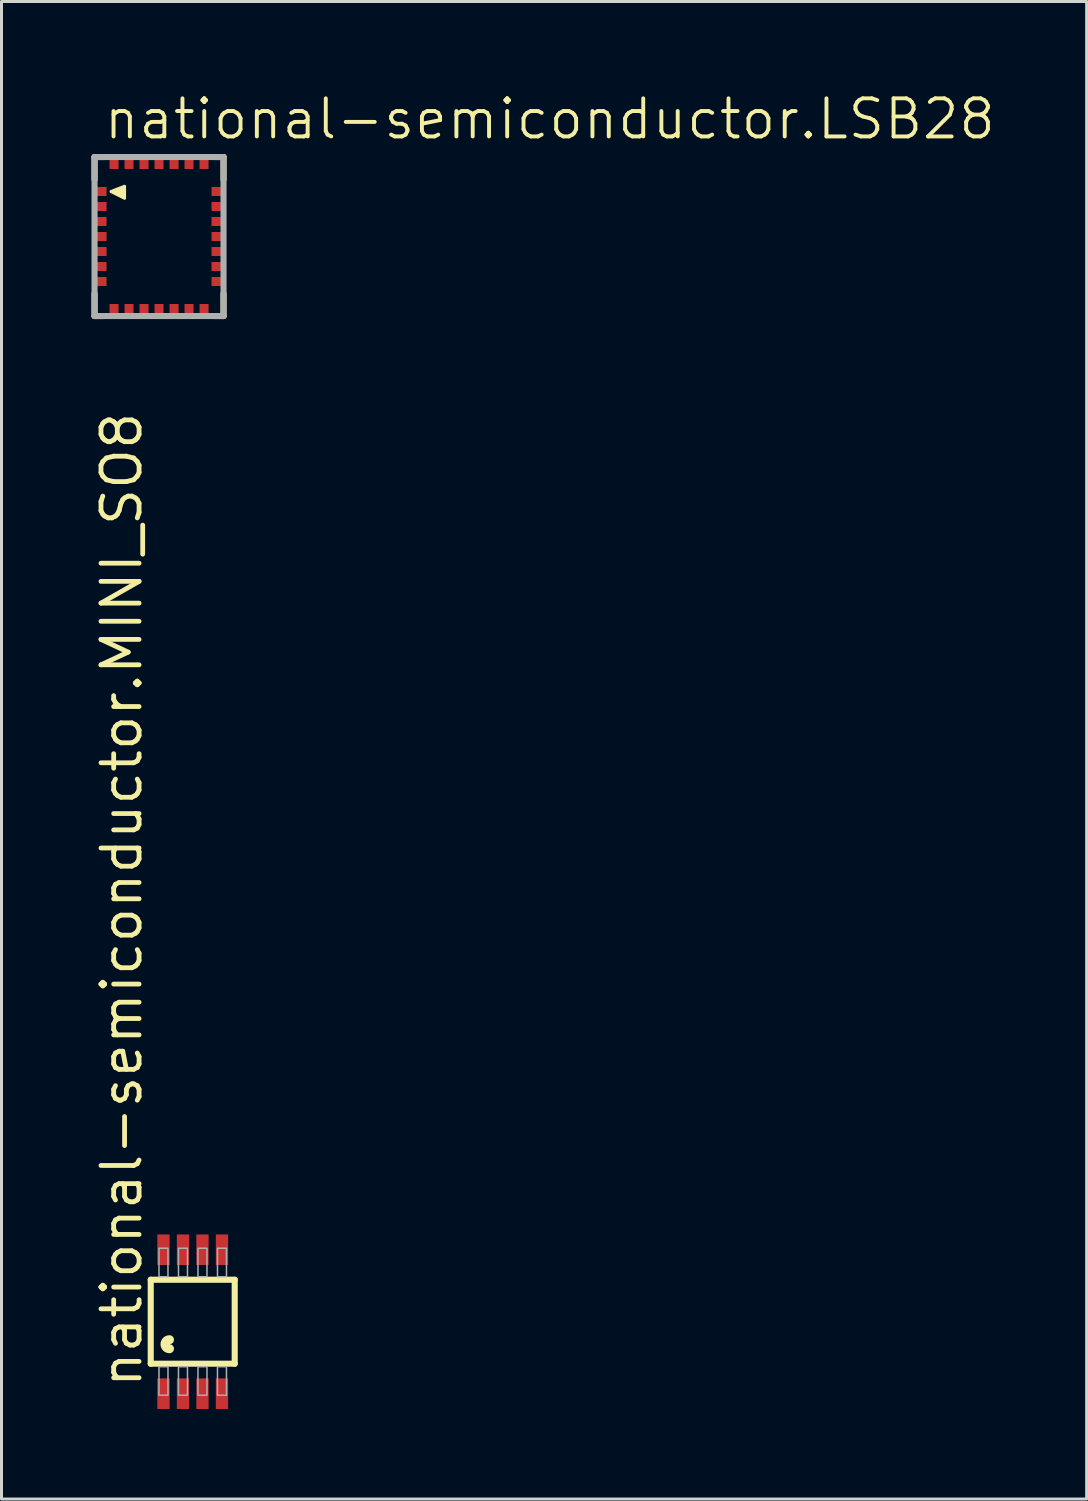
<source format=kicad_pcb>
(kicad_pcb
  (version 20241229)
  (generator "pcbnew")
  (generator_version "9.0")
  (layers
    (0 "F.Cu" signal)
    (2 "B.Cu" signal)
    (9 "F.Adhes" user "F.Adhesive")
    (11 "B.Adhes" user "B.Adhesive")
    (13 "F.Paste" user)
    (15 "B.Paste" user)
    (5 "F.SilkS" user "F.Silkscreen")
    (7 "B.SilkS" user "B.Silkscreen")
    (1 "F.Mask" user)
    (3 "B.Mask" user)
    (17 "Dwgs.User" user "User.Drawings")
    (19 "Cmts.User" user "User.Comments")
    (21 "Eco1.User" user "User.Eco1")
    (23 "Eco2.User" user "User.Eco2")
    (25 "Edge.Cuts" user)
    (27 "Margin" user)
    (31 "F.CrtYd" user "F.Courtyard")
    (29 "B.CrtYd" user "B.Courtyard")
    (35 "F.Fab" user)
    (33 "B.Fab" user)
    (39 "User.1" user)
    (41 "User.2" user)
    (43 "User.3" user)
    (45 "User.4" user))
  (footprint "national-semiconductor.MINI_SO8"
    (layer "F.Cu")
    (at 3.375 41.013)
    (property "Reference" "national-semiconductor.MINI_SO8" (at -1.625 2.275 90) (layer "F.SilkS") (effects (font (size 1.27 1.27) (thickness 0.16)) (justify left bottom)))
    (attr smd)
    (fp_line (start -1.4 -1.4) (end 1.4 -1.4) (stroke (width 0.203) (type default)) (layer "F.SilkS"))
    (fp_line (start -1.4 1.4) (end -1.4 -1.4) (stroke (width 0.203) (type default)) (layer "F.SilkS"))
    (fp_line (start 1.4 -1.4) (end 1.4 1.4) (stroke (width 0.203) (type default)) (layer "F.SilkS"))
    (fp_line (start 1.4 1.4) (end -1.4 1.4) (stroke (width 0.203) (type default)) (layer "F.SilkS"))
    (fp_arc (start -0.775 0.9) (mid -0.925 0.75) (end -0.775 0.6) (stroke (width 0.3) (type default)) (layer "F.SilkS"))
    (fp_rect (start -1.125 -1.5) (end -0.825 -2.45) (stroke (width 0.05) (type default)) (fill no) (layer "F.Fab"))
    (fp_rect (start -1.125 2.45) (end -0.825 1.5) (stroke (width 0.05) (type default)) (fill no) (layer "F.Fab"))
    (fp_rect (start -0.475 -1.5) (end -0.175 -2.45) (stroke (width 0.05) (type default)) (fill no) (layer "F.Fab"))
    (fp_rect (start -0.475 2.45) (end -0.175 1.5) (stroke (width 0.05) (type default)) (fill no) (layer "F.Fab"))
    (fp_rect (start 0.175 -1.5) (end 0.475 -2.45) (stroke (width 0.05) (type default)) (fill no) (layer "F.Fab"))
    (fp_rect (start 0.175 2.45) (end 0.475 1.5) (stroke (width 0.05) (type default)) (fill no) (layer "F.Fab"))
    (fp_rect (start 0.825 -1.5) (end 1.125 -2.45) (stroke (width 0.05) (type default)) (fill no) (layer "F.Fab"))
    (fp_rect (start 0.825 2.45) (end 1.125 1.5) (stroke (width 0.05) (type default)) (fill no) (layer "F.Fab"))
    (pad "1" smd roundrect (at -0.975 2.4) (size 0.41 1.02) (layers "F.Cu" "F.Mask" "F.Paste") (roundrect_rratio 0.01))
    (pad "2" smd roundrect (at -0.325 2.4) (size 0.41 1.02) (layers "F.Cu" "F.Mask" "F.Paste") (roundrect_rratio 0.01))
    (pad "3" smd roundrect (at 0.325 2.4) (size 0.41 1.02) (layers "F.Cu" "F.Mask" "F.Paste") (roundrect_rratio 0.01))
    (pad "4" smd roundrect (at 0.975 2.4) (size 0.41 1.02) (layers "F.Cu" "F.Mask" "F.Paste") (roundrect_rratio 0.01))
    (pad "5" smd roundrect (at 0.975 -2.4 180) (size 0.41 1.02) (layers "F.Cu" "F.Mask" "F.Paste") (roundrect_rratio 0.01))
    (pad "6" smd roundrect (at 0.325 -2.4 180) (size 0.41 1.02) (layers "F.Cu" "F.Mask" "F.Paste") (roundrect_rratio 0.01))
    (pad "7" smd roundrect (at -0.325 -2.4 180) (size 0.41 1.02) (layers "F.Cu" "F.Mask" "F.Paste") (roundrect_rratio 0.01))
    (pad "8" smd roundrect (at -0.975 -2.4 180) (size 0.41 1.02) (layers "F.Cu" "F.Mask" "F.Paste") (roundrect_rratio 0.01)))
  (footprint "national-semiconductor.LSB28"
    (layer "F.Cu")
    (at 2.252 4.835)
    (property "Reference" "national-semiconductor.LSB28" (at -1.905 -3.175 0) (layer "F.SilkS") (effects (font (size 1.27 1.27) (thickness 0.13)) (justify left bottom)))
    (attr smd)
    (fp_rect (start -2.225 -1.325) (end -1.725 -1.675) (stroke (width 0.05) (type default)) (fill yes) (layer "F.Mask"))
    (fp_rect (start -2.225 -0.825) (end -1.725 -1.175) (stroke (width 0.05) (type default)) (fill yes) (layer "F.Mask"))
    (fp_rect (start -2.225 -0.325) (end -1.725 -0.675) (stroke (width 0.05) (type default)) (fill yes) (layer "F.Mask"))
    (fp_rect (start -2.225 0.175) (end -1.725 -0.175) (stroke (width 0.05) (type default)) (fill yes) (layer "F.Mask"))
    (fp_rect (start -2.225 0.675) (end -1.725 0.325) (stroke (width 0.05) (type default)) (fill yes) (layer "F.Mask"))
    (fp_rect (start -2.225 1.175) (end -1.725 0.825) (stroke (width 0.05) (type default)) (fill yes) (layer "F.Mask"))
    (fp_rect (start -2.225 1.675) (end -1.725 1.325) (stroke (width 0.05) (type default)) (fill yes) (layer "F.Mask"))
    (fp_rect (start -1.675 -2.225) (end -1.325 -2.725) (stroke (width 0.05) (type default)) (fill yes) (layer "F.Mask"))
    (fp_rect (start -1.675 2.725) (end -1.325 2.225) (stroke (width 0.05) (type default)) (fill yes) (layer "F.Mask"))
    (fp_rect (start -1.175 -2.225) (end -0.825 -2.725) (stroke (width 0.05) (type default)) (fill yes) (layer "F.Mask"))
    (fp_rect (start -1.175 2.725) (end -0.825 2.225) (stroke (width 0.05) (type default)) (fill yes) (layer "F.Mask"))
    (fp_rect (start -0.675 -2.225) (end -0.325 -2.725) (stroke (width 0.05) (type default)) (fill yes) (layer "F.Mask"))
    (fp_rect (start -0.675 2.725) (end -0.325 2.225) (stroke (width 0.05) (type default)) (fill yes) (layer "F.Mask"))
    (fp_rect (start -0.175 -2.225) (end 0.175 -2.725) (stroke (width 0.05) (type default)) (fill yes) (layer "F.Mask"))
    (fp_rect (start -0.175 2.725) (end 0.175 2.225) (stroke (width 0.05) (type default)) (fill yes) (layer "F.Mask"))
    (fp_rect (start 0.325 -2.225) (end 0.675 -2.725) (stroke (width 0.05) (type default)) (fill yes) (layer "F.Mask"))
    (fp_rect (start 0.325 2.725) (end 0.675 2.225) (stroke (width 0.05) (type default)) (fill yes) (layer "F.Mask"))
    (fp_rect (start 0.825 -2.225) (end 1.175 -2.725) (stroke (width 0.05) (type default)) (fill yes) (layer "F.Mask"))
    (fp_rect (start 0.825 2.725) (end 1.175 2.225) (stroke (width 0.05) (type default)) (fill yes) (layer "F.Mask"))
    (fp_rect (start 1.325 -2.225) (end 1.675 -2.725) (stroke (width 0.05) (type default)) (fill yes) (layer "F.Mask"))
    (fp_rect (start 1.325 2.725) (end 1.675 2.225) (stroke (width 0.05) (type default)) (fill yes) (layer "F.Mask"))
    (fp_rect (start 1.725 -1.325) (end 2.225 -1.675) (stroke (width 0.05) (type default)) (fill yes) (layer "F.Mask"))
    (fp_rect (start 1.725 -0.825) (end 2.225 -1.175) (stroke (width 0.05) (type default)) (fill yes) (layer "F.Mask"))
    (fp_rect (start 1.725 -0.325) (end 2.225 -0.675) (stroke (width 0.05) (type default)) (fill yes) (layer "F.Mask"))
    (fp_rect (start 1.725 0.175) (end 2.225 -0.175) (stroke (width 0.05) (type default)) (fill yes) (layer "F.Mask"))
    (fp_rect (start 1.725 0.675) (end 2.225 0.325) (stroke (width 0.05) (type default)) (fill yes) (layer "F.Mask"))
    (fp_rect (start 1.725 1.175) (end 2.225 0.825) (stroke (width 0.05) (type default)) (fill yes) (layer "F.Mask"))
    (fp_rect (start 1.725 1.675) (end 2.225 1.325) (stroke (width 0.05) (type default)) (fill yes) (layer "F.Mask"))
    (fp_line (start -2.15 -2.65) (end -1.85 -2.65) (stroke (width 0.203) (type default)) (layer "F.SilkS"))
    (fp_line (start -2.15 -1.9) (end -2.15 -2.65) (stroke (width 0.203) (type default)) (layer "F.SilkS"))
    (fp_line (start -2.15 2.65) (end -2.15 1.9) (stroke (width 0.203) (type default)) (layer "F.SilkS"))
    (fp_line (start -2.15 2.65) (end -1.85 2.65) (stroke (width 0.203) (type default)) (layer "F.SilkS"))
    (fp_line (start 1.855 -2.65) (end 2.15 -2.65) (stroke (width 0.203) (type default)) (layer "F.SilkS"))
    (fp_line (start 1.855 2.65) (end 2.15 2.65) (stroke (width 0.203) (type default)) (layer "F.SilkS"))
    (fp_line (start 2.15 -1.9) (end 2.15 -2.65) (stroke (width 0.203) (type default)) (layer "F.SilkS"))
    (fp_line (start 2.15 2.65) (end 2.15 1.9) (stroke (width 0.203) (type default)) (layer "F.SilkS"))
    (fp_poly (pts (xy -1.6 -1.5) (xy -1.15 -1.675) (xy -1.15 -1.275)) (stroke (width 0.102) (type default)) (fill yes) (layer "F.SilkS"))
    (fp_line (start -2.15 -2.65) (end -2.15 2.65) (stroke (width 0.203) (type default)) (layer "F.Fab"))
    (fp_line (start -2.15 2.65) (end 2.15 2.65) (stroke (width 0.203) (type default)) (layer "F.Fab"))
    (fp_line (start 2.15 -2.65) (end -2.15 -2.65) (stroke (width 0.203) (type default)) (layer "F.Fab"))
    (fp_line (start 2.15 2.65) (end 2.15 -2.65) (stroke (width 0.203) (type default)) (layer "F.Fab"))
    (pad "1" smd roundrect (at -1.975 -1.5) (size 0.45 0.3) (layers "F.Cu" "F.Mask" "F.Paste") (roundrect_rratio 0.01))
    (pad "2" smd roundrect (at -1.975 -1) (size 0.45 0.3) (layers "F.Cu" "F.Mask" "F.Paste") (roundrect_rratio 0.01))
    (pad "3" smd roundrect (at -1.975 -0.5) (size 0.45 0.3) (layers "F.Cu" "F.Mask" "F.Paste") (roundrect_rratio 0.01))
    (pad "4" smd roundrect (at -1.975 0) (size 0.45 0.3) (layers "F.Cu" "F.Mask" "F.Paste") (roundrect_rratio 0.01))
    (pad "5" smd roundrect (at -1.975 0.5) (size 0.45 0.3) (layers "F.Cu" "F.Mask" "F.Paste") (roundrect_rratio 0.01))
    (pad "6" smd roundrect (at -1.975 1) (size 0.45 0.3) (layers "F.Cu" "F.Mask" "F.Paste") (roundrect_rratio 0.01))
    (pad "7" smd roundrect (at -1.975 1.5) (size 0.45 0.3) (layers "F.Cu" "F.Mask" "F.Paste") (roundrect_rratio 0.01))
    (pad "8" smd roundrect (at -1.5 2.475 90) (size 0.45 0.3) (layers "F.Cu" "F.Mask" "F.Paste") (roundrect_rratio 0.01))
    (pad "9" smd roundrect (at -1 2.475 90) (size 0.45 0.3) (layers "F.Cu" "F.Mask" "F.Paste") (roundrect_rratio 0.01))
    (pad "10" smd roundrect (at -0.5 2.475 90) (size 0.45 0.3) (layers "F.Cu" "F.Mask" "F.Paste") (roundrect_rratio 0.01))
    (pad "11" smd roundrect (at 0 2.475 90) (size 0.45 0.3) (layers "F.Cu" "F.Mask" "F.Paste") (roundrect_rratio 0.01))
    (pad "12" smd roundrect (at 0.5 2.475 90) (size 0.45 0.3) (layers "F.Cu" "F.Mask" "F.Paste") (roundrect_rratio 0.01))
    (pad "13" smd roundrect (at 1 2.475 90) (size 0.45 0.3) (layers "F.Cu" "F.Mask" "F.Paste") (roundrect_rratio 0.01))
    (pad "14" smd roundrect (at 1.5 2.475 90) (size 0.45 0.3) (layers "F.Cu" "F.Mask" "F.Paste") (roundrect_rratio 0.01))
    (pad "15" smd roundrect (at 1.975 1.5 180) (size 0.45 0.3) (layers "F.Cu" "F.Mask" "F.Paste") (roundrect_rratio 0.01))
    (pad "16" smd roundrect (at 1.975 1 180) (size 0.45 0.3) (layers "F.Cu" "F.Mask" "F.Paste") (roundrect_rratio 0.01))
    (pad "17" smd roundrect (at 1.975 0.5 180) (size 0.45 0.3) (layers "F.Cu" "F.Mask" "F.Paste") (roundrect_rratio 0.01))
    (pad "18" smd roundrect (at 1.975 0 180) (size 0.45 0.3) (layers "F.Cu" "F.Mask" "F.Paste") (roundrect_rratio 0.01))
    (pad "19" smd roundrect (at 1.975 -0.5 180) (size 0.45 0.3) (layers "F.Cu" "F.Mask" "F.Paste") (roundrect_rratio 0.01))
    (pad "20" smd roundrect (at 1.975 -1 180) (size 0.45 0.3) (layers "F.Cu" "F.Mask" "F.Paste") (roundrect_rratio 0.01))
    (pad "21" smd roundrect (at 1.975 -1.5 180) (size 0.45 0.3) (layers "F.Cu" "F.Mask" "F.Paste") (roundrect_rratio 0.01))
    (pad "22" smd roundrect (at 1.5 -2.475 270) (size 0.45 0.3) (layers "F.Cu" "F.Mask" "F.Paste") (roundrect_rratio 0.01))
    (pad "23" smd roundrect (at 1 -2.475 270) (size 0.45 0.3) (layers "F.Cu" "F.Mask" "F.Paste") (roundrect_rratio 0.01))
    (pad "24" smd roundrect (at 0.5 -2.475 270) (size 0.45 0.3) (layers "F.Cu" "F.Mask" "F.Paste") (roundrect_rratio 0.01))
    (pad "25" smd roundrect (at 0 -2.475 270) (size 0.45 0.3) (layers "F.Cu" "F.Mask" "F.Paste") (roundrect_rratio 0.01))
    (pad "26" smd roundrect (at -0.5 -2.475 270) (size 0.45 0.3) (layers "F.Cu" "F.Mask" "F.Paste") (roundrect_rratio 0.01))
    (pad "27" smd roundrect (at -1 -2.475 270) (size 0.45 0.3) (layers "F.Cu" "F.Mask" "F.Paste") (roundrect_rratio 0.01))
    (pad "28" smd roundrect (at -1.5 -2.475 270) (size 0.45 0.3) (layers "F.Cu" "F.Mask" "F.Paste") (roundrect_rratio 0.01)))
  (gr_rect
    (start -3 -3)
    (end 33.176 46.923)
    (stroke (width 0.1) (type default))
    (fill no)
    (layer "Edge.Cuts")))
</source>
